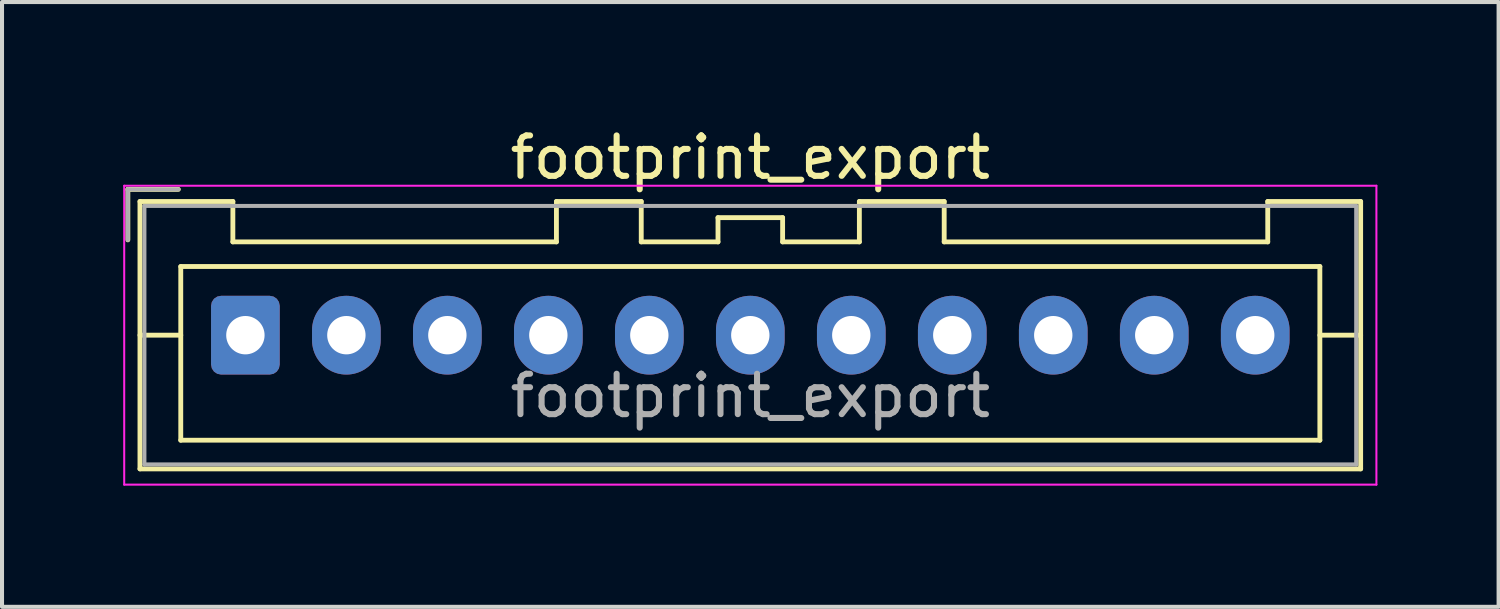
<source format=kicad_pcb>
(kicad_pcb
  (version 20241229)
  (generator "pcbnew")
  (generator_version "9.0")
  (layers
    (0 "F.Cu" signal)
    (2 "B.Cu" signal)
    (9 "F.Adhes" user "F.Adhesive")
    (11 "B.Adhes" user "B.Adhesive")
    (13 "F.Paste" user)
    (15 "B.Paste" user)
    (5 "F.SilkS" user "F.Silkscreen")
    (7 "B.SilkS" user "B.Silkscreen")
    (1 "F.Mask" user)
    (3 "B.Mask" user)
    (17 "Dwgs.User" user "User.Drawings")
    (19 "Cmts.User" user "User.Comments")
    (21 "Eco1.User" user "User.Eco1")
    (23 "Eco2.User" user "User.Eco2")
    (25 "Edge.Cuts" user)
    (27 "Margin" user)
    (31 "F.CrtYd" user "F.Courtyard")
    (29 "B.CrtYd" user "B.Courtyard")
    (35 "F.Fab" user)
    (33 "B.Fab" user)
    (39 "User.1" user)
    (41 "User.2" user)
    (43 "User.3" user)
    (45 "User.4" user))
  (footprint "footprint_export"
    (layer "F.Cu")
    (at 3.025 5.248)
    (property "Reference" "footprint_export" (at 12.5 -4.4 0) (layer "F.SilkS") (effects (font (size 1 1) (thickness 0.15))))
    (attr through_hole)
    (fp_line (start -2.91 -3.61) (end -2.91 -2.36) (stroke (width 0.12) (type solid)) (layer "F.SilkS"))
    (fp_line (start -2.61 -3.31) (end -2.61 3.31) (stroke (width 0.12) (type solid)) (layer "F.SilkS"))
    (fp_line (start -2.61 0) (end -1.6 0) (stroke (width 0.12) (type solid)) (layer "F.SilkS"))
    (fp_line (start -2.61 3.31) (end 27.61 3.31) (stroke (width 0.12) (type solid)) (layer "F.SilkS"))
    (fp_line (start -1.66 -3.61) (end -2.91 -3.61) (stroke (width 0.12) (type solid)) (layer "F.SilkS"))
    (fp_line (start -1.6 -1.7) (end -1.6 2.6) (stroke (width 0.12) (type solid)) (layer "F.SilkS"))
    (fp_line (start -1.6 2.6) (end 26.6 2.6) (stroke (width 0.12) (type solid)) (layer "F.SilkS"))
    (fp_line (start -0.31 -3.31) (end -2.61 -3.31) (stroke (width 0.12) (type solid)) (layer "F.SilkS"))
    (fp_line (start -0.31 -2.31) (end -0.31 -3.31) (stroke (width 0.12) (type solid)) (layer "F.SilkS"))
    (fp_line (start 7.7 -3.31) (end 7.7 -2.31) (stroke (width 0.12) (type solid)) (layer "F.SilkS"))
    (fp_line (start 7.7 -2.31) (end -0.31 -2.31) (stroke (width 0.12) (type solid)) (layer "F.SilkS"))
    (fp_line (start 9.8 -3.31) (end 7.7 -3.31) (stroke (width 0.12) (type solid)) (layer "F.SilkS"))
    (fp_line (start 9.8 -2.31) (end 9.8 -3.31) (stroke (width 0.12) (type solid)) (layer "F.SilkS"))
    (fp_line (start 11.7 -2.91) (end 11.7 -2.31) (stroke (width 0.12) (type solid)) (layer "F.SilkS"))
    (fp_line (start 11.7 -2.31) (end 9.8 -2.31) (stroke (width 0.12) (type solid)) (layer "F.SilkS"))
    (fp_line (start 13.3 -2.91) (end 11.7 -2.91) (stroke (width 0.12) (type solid)) (layer "F.SilkS"))
    (fp_line (start 13.3 -2.31) (end 13.3 -2.91) (stroke (width 0.12) (type solid)) (layer "F.SilkS"))
    (fp_line (start 15.2 -3.31) (end 15.2 -2.31) (stroke (width 0.12) (type solid)) (layer "F.SilkS"))
    (fp_line (start 15.2 -2.31) (end 13.3 -2.31) (stroke (width 0.12) (type solid)) (layer "F.SilkS"))
    (fp_line (start 17.3 -3.31) (end 15.2 -3.31) (stroke (width 0.12) (type solid)) (layer "F.SilkS"))
    (fp_line (start 17.3 -2.31) (end 17.3 -3.31) (stroke (width 0.12) (type solid)) (layer "F.SilkS"))
    (fp_line (start 25.31 -3.31) (end 25.31 -2.31) (stroke (width 0.12) (type solid)) (layer "F.SilkS"))
    (fp_line (start 25.31 -2.31) (end 17.3 -2.31) (stroke (width 0.12) (type solid)) (layer "F.SilkS"))
    (fp_line (start 26.6 -1.7) (end -1.6 -1.7) (stroke (width 0.12) (type solid)) (layer "F.SilkS"))
    (fp_line (start 26.6 2.6) (end 26.6 -1.7) (stroke (width 0.12) (type solid)) (layer "F.SilkS"))
    (fp_line (start 27.61 -3.31) (end 25.31 -3.31) (stroke (width 0.12) (type solid)) (layer "F.SilkS"))
    (fp_line (start 27.61 0) (end 26.6 0) (stroke (width 0.12) (type solid)) (layer "F.SilkS"))
    (fp_line (start 27.61 3.31) (end 27.61 -3.31) (stroke (width 0.12) (type solid)) (layer "F.SilkS"))
    (fp_line (start -3 -3.7) (end -3 3.7) (stroke (width 0.05) (type solid)) (layer "F.CrtYd"))
    (fp_line (start -3 3.7) (end 28 3.7) (stroke (width 0.05) (type solid)) (layer "F.CrtYd"))
    (fp_line (start 28 -3.7) (end -3 -3.7) (stroke (width 0.05) (type solid)) (layer "F.CrtYd"))
    (fp_line (start 28 3.7) (end 28 -3.7) (stroke (width 0.05) (type solid)) (layer "F.CrtYd"))
    (fp_line (start -2.91 -3.61) (end -2.91 -2.36) (stroke (width 0.1) (type solid)) (layer "F.Fab"))
    (fp_line (start -2.5 -3.2) (end -2.5 3.2) (stroke (width 0.1) (type solid)) (layer "F.Fab"))
    (fp_line (start -2.5 3.2) (end 27.5 3.2) (stroke (width 0.1) (type solid)) (layer "F.Fab"))
    (fp_line (start -1.66 -3.61) (end -2.91 -3.61) (stroke (width 0.1) (type solid)) (layer "F.Fab"))
    (fp_line (start 27.5 -3.2) (end -2.5 -3.2) (stroke (width 0.1) (type solid)) (layer "F.Fab"))
    (fp_line (start 27.5 3.2) (end 27.5 -3.2) (stroke (width 0.1) (type solid)) (layer "F.Fab"))
    (fp_text user "${REFERENCE}" (at 12.5 1.5 0) (layer "F.Fab") (effects (font (size 1 1) (thickness 0.15))))
    (pad "1" thru_hole roundrect (at 0 0) (size 1.7 1.95) (drill 0.95) (layers "*.Cu" "*.Mask") (roundrect_rratio 0.147))
    (pad "2" thru_hole oval (at 2.5 0) (size 1.7 1.95) (drill 0.95) (layers "*.Cu" "*.Mask"))
    (pad "3" thru_hole oval (at 5 0) (size 1.7 1.95) (drill 0.95) (layers "*.Cu" "*.Mask"))
    (pad "4" thru_hole oval (at 7.5 0) (size 1.7 1.95) (drill 0.95) (layers "*.Cu" "*.Mask"))
    (pad "5" thru_hole oval (at 10 0) (size 1.7 1.95) (drill 0.95) (layers "*.Cu" "*.Mask"))
    (pad "6" thru_hole oval (at 12.5 0) (size 1.7 1.95) (drill 0.95) (layers "*.Cu" "*.Mask"))
    (pad "7" thru_hole oval (at 15 0) (size 1.7 1.95) (drill 0.95) (layers "*.Cu" "*.Mask"))
    (pad "8" thru_hole oval (at 17.5 0) (size 1.7 1.95) (drill 0.95) (layers "*.Cu" "*.Mask"))
    (pad "9" thru_hole oval (at 20 0) (size 1.7 1.95) (drill 0.95) (layers "*.Cu" "*.Mask"))
    (pad "10" thru_hole oval (at 22.5 0) (size 1.7 1.95) (drill 0.95) (layers "*.Cu" "*.Mask"))
    (pad "11" thru_hole oval (at 25 0) (size 1.7 1.95) (drill 0.95) (layers "*.Cu" "*.Mask")))
  (gr_rect
    (start -3 -3)
    (end 34.05 11.973)
    (stroke (width 0.1) (type default))
    (fill no)
    (layer "Edge.Cuts")))
</source>
